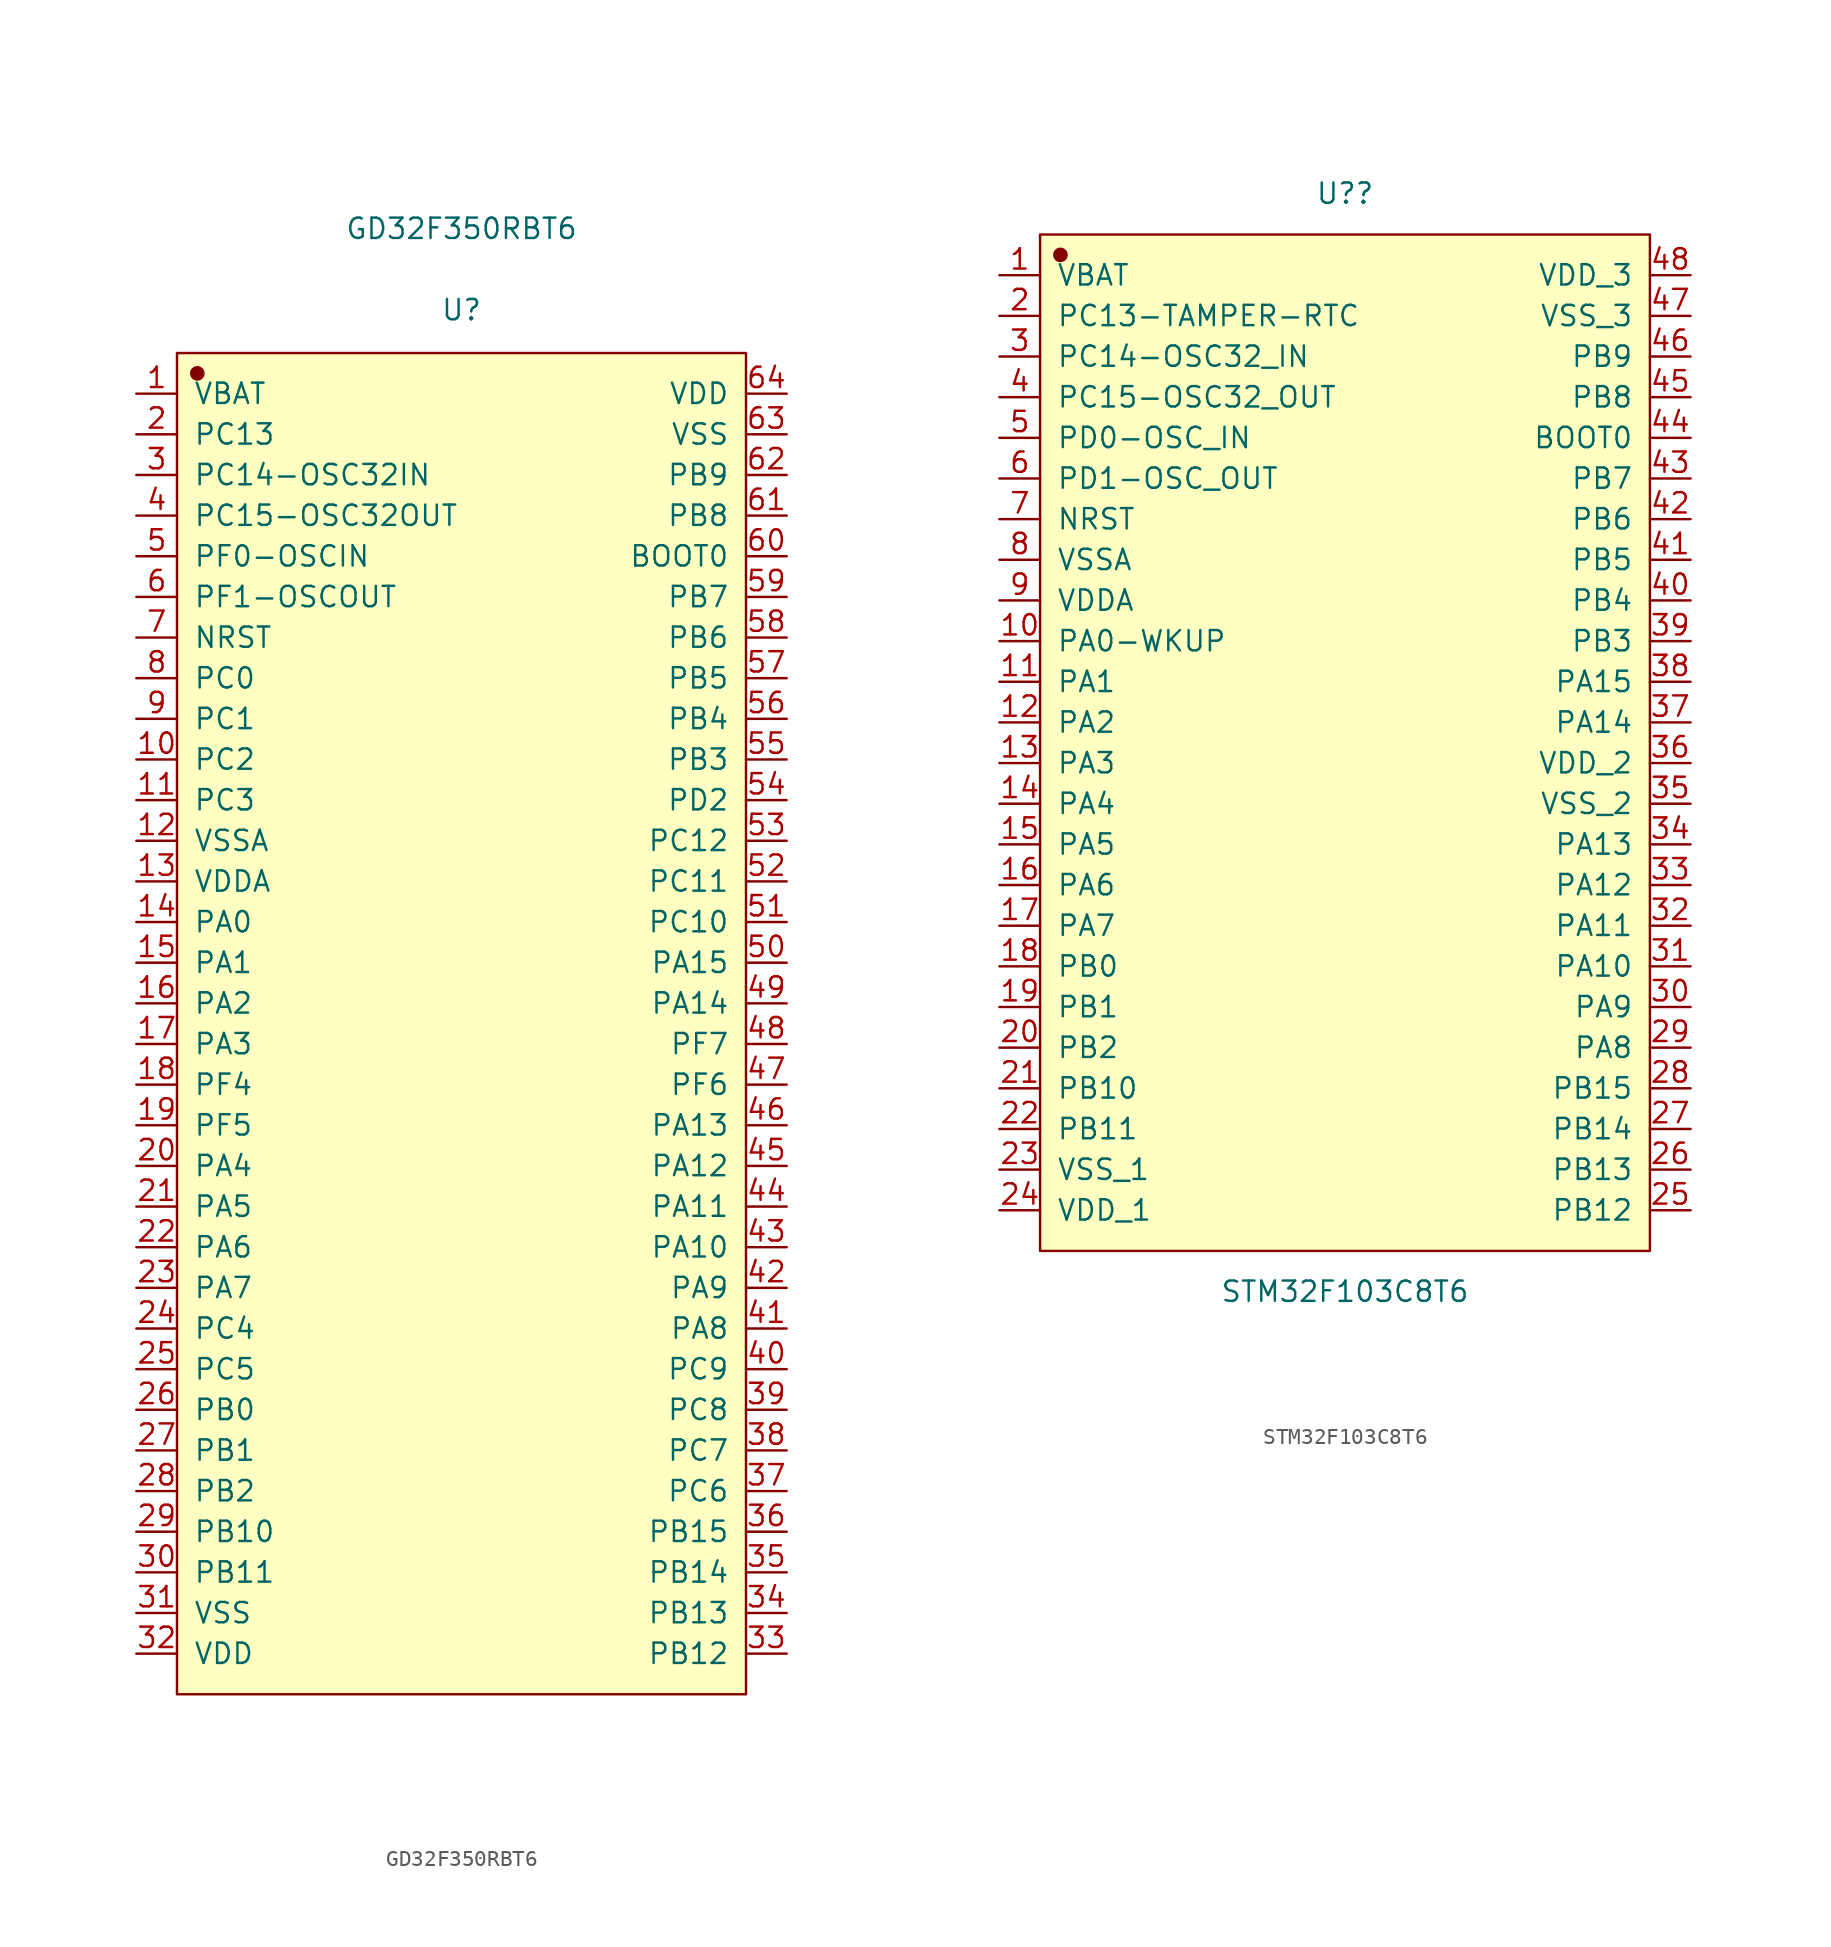
<source format=kicad_sym>
(kicad_symbol_lib
  (version 20211014)
  (generator kicad_symbol_editor)
  (symbol "GD32F350RBT6"
    (pin_names
      (offset 1.016))
    (property "Reference" "U"
      (at 0 44.602 0)
      (effects (font (size 1.27 1.27))))
    (property "Value" "GD32F350RBT6"
      (at 0 49.682 0)
      (effects (font (size 1.27 1.27))))
    (symbol "GD32F350RBT6_1_1"
      (rectangle (start -17.78 41.91) (end 17.78 -41.91) (stroke (width 0.152) (type default) (color 0 0 0 0)) (fill (type background)))
      (circle (center -16.51 40.64) (radius 0.381) (stroke (width 0.152) (type default) (color 0 0 0 0)) (fill (type outline)))
      (pin input line (at -20.32 39.37 0) (length 2.54) (name "VBAT" (effects (font (size 1.27 1.27)))) (number "1" (effects (font (size 1.27 1.27)))))
      (pin input line (at -20.32 16.51 0) (length 2.54) (name "PC2" (effects (font (size 1.27 1.27)))) (number "10" (effects (font (size 1.27 1.27)))))
      (pin input line (at -20.32 13.97 0) (length 2.54) (name "PC3" (effects (font (size 1.27 1.27)))) (number "11" (effects (font (size 1.27 1.27)))))
      (pin input line (at -20.32 11.43 0) (length 2.54) (name "VSSA" (effects (font (size 1.27 1.27)))) (number "12" (effects (font (size 1.27 1.27)))))
      (pin input line (at -20.32 8.89 0) (length 2.54) (name "VDDA" (effects (font (size 1.27 1.27)))) (number "13" (effects (font (size 1.27 1.27)))))
      (pin input line (at -20.32 6.35 0) (length 2.54) (name "PA0" (effects (font (size 1.27 1.27)))) (number "14" (effects (font (size 1.27 1.27)))))
      (pin input line (at -20.32 3.81 0) (length 2.54) (name "PA1" (effects (font (size 1.27 1.27)))) (number "15" (effects (font (size 1.27 1.27)))))
      (pin input line (at -20.32 1.27 0) (length 2.54) (name "PA2" (effects (font (size 1.27 1.27)))) (number "16" (effects (font (size 1.27 1.27)))))
      (pin input line (at -20.32 -1.27 0) (length 2.54) (name "PA3" (effects (font (size 1.27 1.27)))) (number "17" (effects (font (size 1.27 1.27)))))
      (pin input line (at -20.32 -3.81 0) (length 2.54) (name "PF4" (effects (font (size 1.27 1.27)))) (number "18" (effects (font (size 1.27 1.27)))))
      (pin input line (at -20.32 -6.35 0) (length 2.54) (name "PF5" (effects (font (size 1.27 1.27)))) (number "19" (effects (font (size 1.27 1.27)))))
      (pin input line (at -20.32 36.83 0) (length 2.54) (name "PC13" (effects (font (size 1.27 1.27)))) (number "2" (effects (font (size 1.27 1.27)))))
      (pin input line (at -20.32 -8.89 0) (length 2.54) (name "PA4" (effects (font (size 1.27 1.27)))) (number "20" (effects (font (size 1.27 1.27)))))
      (pin input line (at -20.32 -11.43 0) (length 2.54) (name "PA5" (effects (font (size 1.27 1.27)))) (number "21" (effects (font (size 1.27 1.27)))))
      (pin input line (at -20.32 -13.97 0) (length 2.54) (name "PA6" (effects (font (size 1.27 1.27)))) (number "22" (effects (font (size 1.27 1.27)))))
      (pin input line (at -20.32 -16.51 0) (length 2.54) (name "PA7" (effects (font (size 1.27 1.27)))) (number "23" (effects (font (size 1.27 1.27)))))
      (pin input line (at -20.32 -19.05 0) (length 2.54) (name "PC4" (effects (font (size 1.27 1.27)))) (number "24" (effects (font (size 1.27 1.27)))))
      (pin input line (at -20.32 -21.59 0) (length 2.54) (name "PC5" (effects (font (size 1.27 1.27)))) (number "25" (effects (font (size 1.27 1.27)))))
      (pin input line (at -20.32 -24.13 0) (length 2.54) (name "PB0" (effects (font (size 1.27 1.27)))) (number "26" (effects (font (size 1.27 1.27)))))
      (pin input line (at -20.32 -26.67 0) (length 2.54) (name "PB1" (effects (font (size 1.27 1.27)))) (number "27" (effects (font (size 1.27 1.27)))))
      (pin input line (at -20.32 -29.21 0) (length 2.54) (name "PB2" (effects (font (size 1.27 1.27)))) (number "28" (effects (font (size 1.27 1.27)))))
      (pin input line (at -20.32 -31.75 0) (length 2.54) (name "PB10" (effects (font (size 1.27 1.27)))) (number "29" (effects (font (size 1.27 1.27)))))
      (pin input line (at -20.32 34.29 0) (length 2.54) (name "PC14-OSC32IN" (effects (font (size 1.27 1.27)))) (number "3" (effects (font (size 1.27 1.27)))))
      (pin input line (at -20.32 -34.29 0) (length 2.54) (name "PB11" (effects (font (size 1.27 1.27)))) (number "30" (effects (font (size 1.27 1.27)))))
      (pin input line (at -20.32 -36.83 0) (length 2.54) (name "VSS" (effects (font (size 1.27 1.27)))) (number "31" (effects (font (size 1.27 1.27)))))
      (pin input line (at -20.32 -39.37 0) (length 2.54) (name "VDD" (effects (font (size 1.27 1.27)))) (number "32" (effects (font (size 1.27 1.27)))))
      (pin input line (at 20.32 -39.37 180) (length 2.54) (name "PB12" (effects (font (size 1.27 1.27)))) (number "33" (effects (font (size 1.27 1.27)))))
      (pin input line (at 20.32 -36.83 180) (length 2.54) (name "PB13" (effects (font (size 1.27 1.27)))) (number "34" (effects (font (size 1.27 1.27)))))
      (pin input line (at 20.32 -34.29 180) (length 2.54) (name "PB14" (effects (font (size 1.27 1.27)))) (number "35" (effects (font (size 1.27 1.27)))))
      (pin input line (at 20.32 -31.75 180) (length 2.54) (name "PB15" (effects (font (size 1.27 1.27)))) (number "36" (effects (font (size 1.27 1.27)))))
      (pin input line (at 20.32 -29.21 180) (length 2.54) (name "PC6" (effects (font (size 1.27 1.27)))) (number "37" (effects (font (size 1.27 1.27)))))
      (pin input line (at 20.32 -26.67 180) (length 2.54) (name "PC7" (effects (font (size 1.27 1.27)))) (number "38" (effects (font (size 1.27 1.27)))))
      (pin input line (at 20.32 -24.13 180) (length 2.54) (name "PC8" (effects (font (size 1.27 1.27)))) (number "39" (effects (font (size 1.27 1.27)))))
      (pin input line (at -20.32 31.75 0) (length 2.54) (name "PC15-OSC32OUT" (effects (font (size 1.27 1.27)))) (number "4" (effects (font (size 1.27 1.27)))))
      (pin input line (at 20.32 -21.59 180) (length 2.54) (name "PC9" (effects (font (size 1.27 1.27)))) (number "40" (effects (font (size 1.27 1.27)))))
      (pin input line (at 20.32 -19.05 180) (length 2.54) (name "PA8" (effects (font (size 1.27 1.27)))) (number "41" (effects (font (size 1.27 1.27)))))
      (pin input line (at 20.32 -16.51 180) (length 2.54) (name "PA9" (effects (font (size 1.27 1.27)))) (number "42" (effects (font (size 1.27 1.27)))))
      (pin input line (at 20.32 -13.97 180) (length 2.54) (name "PA10" (effects (font (size 1.27 1.27)))) (number "43" (effects (font (size 1.27 1.27)))))
      (pin input line (at 20.32 -11.43 180) (length 2.54) (name "PA11" (effects (font (size 1.27 1.27)))) (number "44" (effects (font (size 1.27 1.27)))))
      (pin input line (at 20.32 -8.89 180) (length 2.54) (name "PA12" (effects (font (size 1.27 1.27)))) (number "45" (effects (font (size 1.27 1.27)))))
      (pin input line (at 20.32 -6.35 180) (length 2.54) (name "PA13" (effects (font (size 1.27 1.27)))) (number "46" (effects (font (size 1.27 1.27)))))
      (pin input line (at 20.32 -3.81 180) (length 2.54) (name "PF6" (effects (font (size 1.27 1.27)))) (number "47" (effects (font (size 1.27 1.27)))))
      (pin input line (at 20.32 -1.27 180) (length 2.54) (name "PF7" (effects (font (size 1.27 1.27)))) (number "48" (effects (font (size 1.27 1.27)))))
      (pin input line (at 20.32 1.27 180) (length 2.54) (name "PA14" (effects (font (size 1.27 1.27)))) (number "49" (effects (font (size 1.27 1.27)))))
      (pin input line (at -20.32 29.21 0) (length 2.54) (name "PF0-OSCIN" (effects (font (size 1.27 1.27)))) (number "5" (effects (font (size 1.27 1.27)))))
      (pin input line (at 20.32 3.81 180) (length 2.54) (name "PA15" (effects (font (size 1.27 1.27)))) (number "50" (effects (font (size 1.27 1.27)))))
      (pin input line (at 20.32 6.35 180) (length 2.54) (name "PC10" (effects (font (size 1.27 1.27)))) (number "51" (effects (font (size 1.27 1.27)))))
      (pin input line (at 20.32 8.89 180) (length 2.54) (name "PC11" (effects (font (size 1.27 1.27)))) (number "52" (effects (font (size 1.27 1.27)))))
      (pin input line (at 20.32 11.43 180) (length 2.54) (name "PC12" (effects (font (size 1.27 1.27)))) (number "53" (effects (font (size 1.27 1.27)))))
      (pin input line (at 20.32 13.97 180) (length 2.54) (name "PD2" (effects (font (size 1.27 1.27)))) (number "54" (effects (font (size 1.27 1.27)))))
      (pin input line (at 20.32 16.51 180) (length 2.54) (name "PB3" (effects (font (size 1.27 1.27)))) (number "55" (effects (font (size 1.27 1.27)))))
      (pin input line (at 20.32 19.05 180) (length 2.54) (name "PB4" (effects (font (size 1.27 1.27)))) (number "56" (effects (font (size 1.27 1.27)))))
      (pin input line (at 20.32 21.59 180) (length 2.54) (name "PB5" (effects (font (size 1.27 1.27)))) (number "57" (effects (font (size 1.27 1.27)))))
      (pin input line (at 20.32 24.13 180) (length 2.54) (name "PB6" (effects (font (size 1.27 1.27)))) (number "58" (effects (font (size 1.27 1.27)))))
      (pin input line (at 20.32 26.67 180) (length 2.54) (name "PB7" (effects (font (size 1.27 1.27)))) (number "59" (effects (font (size 1.27 1.27)))))
      (pin input line (at -20.32 26.67 0) (length 2.54) (name "PF1-OSCOUT" (effects (font (size 1.27 1.27)))) (number "6" (effects (font (size 1.27 1.27)))))
      (pin input line (at 20.32 29.21 180) (length 2.54) (name "BOOT0" (effects (font (size 1.27 1.27)))) (number "60" (effects (font (size 1.27 1.27)))))
      (pin input line (at 20.32 31.75 180) (length 2.54) (name "PB8" (effects (font (size 1.27 1.27)))) (number "61" (effects (font (size 1.27 1.27)))))
      (pin input line (at 20.32 34.29 180) (length 2.54) (name "PB9" (effects (font (size 1.27 1.27)))) (number "62" (effects (font (size 1.27 1.27)))))
      (pin input line (at 20.32 36.83 180) (length 2.54) (name "VSS" (effects (font (size 1.27 1.27)))) (number "63" (effects (font (size 1.27 1.27)))))
      (pin input line (at 20.32 39.37 180) (length 2.54) (name "VDD" (effects (font (size 1.27 1.27)))) (number "64" (effects (font (size 1.27 1.27)))))
      (pin input line (at -20.32 24.13 0) (length 2.54) (name "NRST" (effects (font (size 1.27 1.27)))) (number "7" (effects (font (size 1.27 1.27)))))
      (pin input line (at -20.32 21.59 0) (length 2.54) (name "PC0" (effects (font (size 1.27 1.27)))) (number "8" (effects (font (size 1.27 1.27)))))
      (pin input line (at -20.32 19.05 0) (length 2.54) (name "PC1" (effects (font (size 1.27 1.27)))) (number "9" (effects (font (size 1.27 1.27)))))))
  (symbol "STM32F103C8T6"
    (pin_names
      (offset 1.016))
    (property "Reference" "U?"
      (at 0 34.315 0)
      (effects (font (size 1.27 1.27))))
    (property "Value" "STM32F103C8T6"
      (at 0 -34.29 0)
      (effects (font (size 1.27 1.27))))
    (symbol "STM32F103C8T6_1_1"
      (rectangle (start -19.05 31.75) (end 19.05 -31.75) (stroke (width 0.152) (type default) (color 0 0 0 0)) (fill (type background)))
      (circle (center -17.78 30.48) (radius 0.381) (stroke (width 0.152) (type default) (color 0 0 0 0)) (fill (type outline)))
      (pin input line (at -21.59 29.21 0) (length 2.54) (name "VBAT" (effects (font (size 1.27 1.27)))) (number "1" (effects (font (size 1.27 1.27)))))
      (pin input line (at -21.59 6.35 0) (length 2.54) (name "PA0-WKUP" (effects (font (size 1.27 1.27)))) (number "10" (effects (font (size 1.27 1.27)))))
      (pin input line (at -21.59 3.81 0) (length 2.54) (name "PA1" (effects (font (size 1.27 1.27)))) (number "11" (effects (font (size 1.27 1.27)))))
      (pin input line (at -21.59 1.27 0) (length 2.54) (name "PA2" (effects (font (size 1.27 1.27)))) (number "12" (effects (font (size 1.27 1.27)))))
      (pin input line (at -21.59 -1.27 0) (length 2.54) (name "PA3" (effects (font (size 1.27 1.27)))) (number "13" (effects (font (size 1.27 1.27)))))
      (pin input line (at -21.59 -3.81 0) (length 2.54) (name "PA4" (effects (font (size 1.27 1.27)))) (number "14" (effects (font (size 1.27 1.27)))))
      (pin input line (at -21.59 -6.35 0) (length 2.54) (name "PA5" (effects (font (size 1.27 1.27)))) (number "15" (effects (font (size 1.27 1.27)))))
      (pin input line (at -21.59 -8.89 0) (length 2.54) (name "PA6" (effects (font (size 1.27 1.27)))) (number "16" (effects (font (size 1.27 1.27)))))
      (pin input line (at -21.59 -11.43 0) (length 2.54) (name "PA7" (effects (font (size 1.27 1.27)))) (number "17" (effects (font (size 1.27 1.27)))))
      (pin input line (at -21.59 -13.97 0) (length 2.54) (name "PB0" (effects (font (size 1.27 1.27)))) (number "18" (effects (font (size 1.27 1.27)))))
      (pin input line (at -21.59 -16.51 0) (length 2.54) (name "PB1" (effects (font (size 1.27 1.27)))) (number "19" (effects (font (size 1.27 1.27)))))
      (pin input line (at -21.59 26.67 0) (length 2.54) (name "PC13-TAMPER-RTC" (effects (font (size 1.27 1.27)))) (number "2" (effects (font (size 1.27 1.27)))))
      (pin input line (at -21.59 -19.05 0) (length 2.54) (name "PB2" (effects (font (size 1.27 1.27)))) (number "20" (effects (font (size 1.27 1.27)))))
      (pin input line (at -21.59 -21.59 0) (length 2.54) (name "PB10" (effects (font (size 1.27 1.27)))) (number "21" (effects (font (size 1.27 1.27)))))
      (pin input line (at -21.59 -24.13 0) (length 2.54) (name "PB11" (effects (font (size 1.27 1.27)))) (number "22" (effects (font (size 1.27 1.27)))))
      (pin input line (at -21.59 -26.67 0) (length 2.54) (name "VSS_1" (effects (font (size 1.27 1.27)))) (number "23" (effects (font (size 1.27 1.27)))))
      (pin input line (at -21.59 -29.21 0) (length 2.54) (name "VDD_1" (effects (font (size 1.27 1.27)))) (number "24" (effects (font (size 1.27 1.27)))))
      (pin input line (at 21.59 -29.21 180) (length 2.54) (name "PB12" (effects (font (size 1.27 1.27)))) (number "25" (effects (font (size 1.27 1.27)))))
      (pin input line (at 21.59 -26.67 180) (length 2.54) (name "PB13" (effects (font (size 1.27 1.27)))) (number "26" (effects (font (size 1.27 1.27)))))
      (pin input line (at 21.59 -24.13 180) (length 2.54) (name "PB14" (effects (font (size 1.27 1.27)))) (number "27" (effects (font (size 1.27 1.27)))))
      (pin input line (at 21.59 -21.59 180) (length 2.54) (name "PB15" (effects (font (size 1.27 1.27)))) (number "28" (effects (font (size 1.27 1.27)))))
      (pin input line (at 21.59 -19.05 180) (length 2.54) (name "PA8" (effects (font (size 1.27 1.27)))) (number "29" (effects (font (size 1.27 1.27)))))
      (pin input line (at -21.59 24.13 0) (length 2.54) (name "PC14-OSC32_IN" (effects (font (size 1.27 1.27)))) (number "3" (effects (font (size 1.27 1.27)))))
      (pin input line (at 21.59 -16.51 180) (length 2.54) (name "PA9" (effects (font (size 1.27 1.27)))) (number "30" (effects (font (size 1.27 1.27)))))
      (pin input line (at 21.59 -13.97 180) (length 2.54) (name "PA10" (effects (font (size 1.27 1.27)))) (number "31" (effects (font (size 1.27 1.27)))))
      (pin input line (at 21.59 -11.43 180) (length 2.54) (name "PA11" (effects (font (size 1.27 1.27)))) (number "32" (effects (font (size 1.27 1.27)))))
      (pin input line (at 21.59 -8.89 180) (length 2.54) (name "PA12" (effects (font (size 1.27 1.27)))) (number "33" (effects (font (size 1.27 1.27)))))
      (pin input line (at 21.59 -6.35 180) (length 2.54) (name "PA13" (effects (font (size 1.27 1.27)))) (number "34" (effects (font (size 1.27 1.27)))))
      (pin input line (at 21.59 -3.81 180) (length 2.54) (name "VSS_2" (effects (font (size 1.27 1.27)))) (number "35" (effects (font (size 1.27 1.27)))))
      (pin input line (at 21.59 -1.27 180) (length 2.54) (name "VDD_2" (effects (font (size 1.27 1.27)))) (number "36" (effects (font (size 1.27 1.27)))))
      (pin input line (at 21.59 1.27 180) (length 2.54) (name "PA14" (effects (font (size 1.27 1.27)))) (number "37" (effects (font (size 1.27 1.27)))))
      (pin input line (at 21.59 3.81 180) (length 2.54) (name "PA15" (effects (font (size 1.27 1.27)))) (number "38" (effects (font (size 1.27 1.27)))))
      (pin input line (at 21.59 6.35 180) (length 2.54) (name "PB3" (effects (font (size 1.27 1.27)))) (number "39" (effects (font (size 1.27 1.27)))))
      (pin input line (at -21.59 21.59 0) (length 2.54) (name "PC15-OSC32_OUT" (effects (font (size 1.27 1.27)))) (number "4" (effects (font (size 1.27 1.27)))))
      (pin input line (at 21.59 8.89 180) (length 2.54) (name "PB4" (effects (font (size 1.27 1.27)))) (number "40" (effects (font (size 1.27 1.27)))))
      (pin input line (at 21.59 11.43 180) (length 2.54) (name "PB5" (effects (font (size 1.27 1.27)))) (number "41" (effects (font (size 1.27 1.27)))))
      (pin input line (at 21.59 13.97 180) (length 2.54) (name "PB6" (effects (font (size 1.27 1.27)))) (number "42" (effects (font (size 1.27 1.27)))))
      (pin input line (at 21.59 16.51 180) (length 2.54) (name "PB7" (effects (font (size 1.27 1.27)))) (number "43" (effects (font (size 1.27 1.27)))))
      (pin input line (at 21.59 19.05 180) (length 2.54) (name "BOOT0" (effects (font (size 1.27 1.27)))) (number "44" (effects (font (size 1.27 1.27)))))
      (pin input line (at 21.59 21.59 180) (length 2.54) (name "PB8" (effects (font (size 1.27 1.27)))) (number "45" (effects (font (size 1.27 1.27)))))
      (pin input line (at 21.59 24.13 180) (length 2.54) (name "PB9" (effects (font (size 1.27 1.27)))) (number "46" (effects (font (size 1.27 1.27)))))
      (pin input line (at 21.59 26.67 180) (length 2.54) (name "VSS_3" (effects (font (size 1.27 1.27)))) (number "47" (effects (font (size 1.27 1.27)))))
      (pin input line (at 21.59 29.21 180) (length 2.54) (name "VDD_3" (effects (font (size 1.27 1.27)))) (number "48" (effects (font (size 1.27 1.27)))))
      (pin input line (at -21.59 19.05 0) (length 2.54) (name "PD0-OSC_IN" (effects (font (size 1.27 1.27)))) (number "5" (effects (font (size 1.27 1.27)))))
      (pin input line (at -21.59 16.51 0) (length 2.54) (name "PD1-OSC_OUT" (effects (font (size 1.27 1.27)))) (number "6" (effects (font (size 1.27 1.27)))))
      (pin input line (at -21.59 13.97 0) (length 2.54) (name "NRST" (effects (font (size 1.27 1.27)))) (number "7" (effects (font (size 1.27 1.27)))))
      (pin input line (at -21.59 11.43 0) (length 2.54) (name "VSSA" (effects (font (size 1.27 1.27)))) (number "8" (effects (font (size 1.27 1.27)))))
      (pin input line (at -21.59 8.89 0) (length 2.54) (name "VDDA" (effects (font (size 1.27 1.27)))) (number "9" (effects (font (size 1.27 1.27))))))))
</source>
